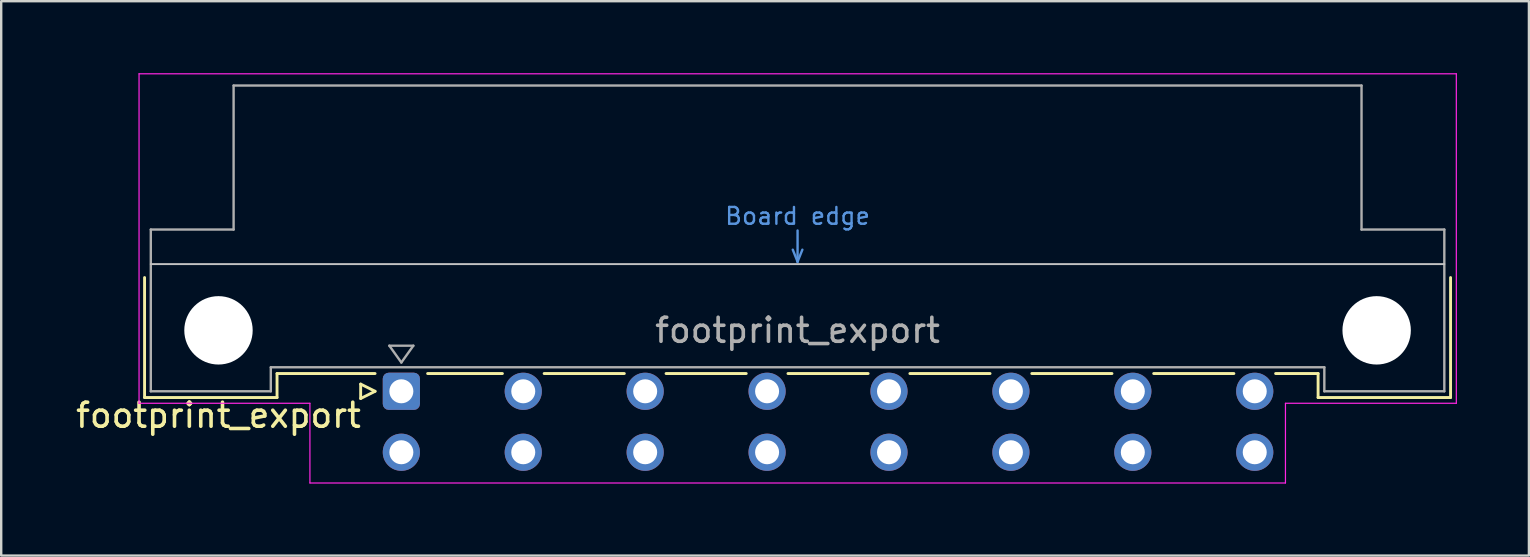
<source format=kicad_pcb>
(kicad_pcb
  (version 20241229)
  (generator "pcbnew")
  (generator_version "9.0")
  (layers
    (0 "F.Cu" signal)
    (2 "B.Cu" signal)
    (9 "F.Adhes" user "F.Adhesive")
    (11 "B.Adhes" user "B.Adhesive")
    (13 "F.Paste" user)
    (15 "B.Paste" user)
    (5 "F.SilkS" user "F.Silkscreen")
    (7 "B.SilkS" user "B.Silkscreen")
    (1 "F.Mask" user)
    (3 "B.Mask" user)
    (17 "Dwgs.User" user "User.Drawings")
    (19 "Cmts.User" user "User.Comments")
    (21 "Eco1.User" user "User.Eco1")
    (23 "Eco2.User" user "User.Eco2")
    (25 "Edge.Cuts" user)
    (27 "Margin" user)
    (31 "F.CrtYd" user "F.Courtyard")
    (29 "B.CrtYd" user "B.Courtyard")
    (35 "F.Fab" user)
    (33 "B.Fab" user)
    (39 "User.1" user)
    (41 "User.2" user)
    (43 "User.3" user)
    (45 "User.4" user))
  (footprint "footprint_export"
    (layer "F.Cu")
    (at 11.134 13.255)
    (property "Reference" "footprint_export" (at -5.08 1 0) (layer "F.SilkS") (effects (font (size 1 1) (thickness 0.15))))
    (attr through_hole)
    (fp_line (start -8.16 -4.74) (end -8.16 0.26) (stroke (width 0.12) (type solid)) (layer "F.SilkS"))
    (fp_line (start -8.16 0.26) (end -2.64 0.26) (stroke (width 0.12) (type solid)) (layer "F.SilkS"))
    (fp_line (start -2.64 -0.74) (end 1.445 -0.74) (stroke (width 0.12) (type solid)) (layer "F.SilkS"))
    (fp_line (start -2.64 0.26) (end -2.64 -0.74) (stroke (width 0.12) (type solid)) (layer "F.SilkS"))
    (fp_line (start 0.845 -0.3) (end 0.845 0.3) (stroke (width 0.12) (type solid)) (layer "F.SilkS"))
    (fp_line (start 0.845 0.3) (end 1.445 0) (stroke (width 0.12) (type solid)) (layer "F.SilkS"))
    (fp_line (start 1.445 0) (end 0.845 -0.3) (stroke (width 0.12) (type solid)) (layer "F.SilkS"))
    (fp_line (start 3.635 -0.74) (end 6.751 -0.74) (stroke (width 0.12) (type solid)) (layer "F.SilkS"))
    (fp_line (start 8.49 -0.74) (end 11.831 -0.74) (stroke (width 0.12) (type solid)) (layer "F.SilkS"))
    (fp_line (start 13.57 -0.74) (end 16.911 -0.74) (stroke (width 0.12) (type solid)) (layer "F.SilkS"))
    (fp_line (start 18.65 -0.74) (end 21.991 -0.74) (stroke (width 0.12) (type solid)) (layer "F.SilkS"))
    (fp_line (start 23.73 -0.74) (end 27.071 -0.74) (stroke (width 0.12) (type solid)) (layer "F.SilkS"))
    (fp_line (start 28.81 -0.74) (end 32.151 -0.74) (stroke (width 0.12) (type solid)) (layer "F.SilkS"))
    (fp_line (start 33.89 -0.74) (end 37.231 -0.74) (stroke (width 0.12) (type solid)) (layer "F.SilkS"))
    (fp_line (start 38.97 -0.74) (end 40.74 -0.74) (stroke (width 0.12) (type solid)) (layer "F.SilkS"))
    (fp_line (start 40.74 0.26) (end 40.74 -0.74) (stroke (width 0.12) (type solid)) (layer "F.SilkS"))
    (fp_line (start 46.26 -4.74) (end 46.26 0.26) (stroke (width 0.12) (type solid)) (layer "F.SilkS"))
    (fp_line (start 46.26 0.26) (end 40.74 0.26) (stroke (width 0.12) (type solid)) (layer "F.SilkS"))
    (fp_line (start -7.9 -5.3) (end 46 -5.3) (stroke (width 0.08) (type solid)) (layer "Dwgs.User"))
    (fp_line (start 18.85 -5.9) (end 19.05 -5.4) (stroke (width 0.1) (type solid)) (layer "Cmts.User"))
    (fp_line (start 19.05 -5.4) (end 19.05 -6.7) (stroke (width 0.1) (type solid)) (layer "Cmts.User"))
    (fp_line (start 19.05 -5.4) (end 19.25 -5.9) (stroke (width 0.1) (type solid)) (layer "Cmts.User"))
    (fp_line (start -8.39 -13.23) (end -8.39 0.5) (stroke (width 0.05) (type solid)) (layer "F.CrtYd"))
    (fp_line (start -8.39 0.5) (end -1.27 0.5) (stroke (width 0.05) (type solid)) (layer "F.CrtYd"))
    (fp_line (start -1.27 0.5) (end -1.27 3.82) (stroke (width 0.05) (type solid)) (layer "F.CrtYd"))
    (fp_line (start -1.27 3.82) (end 39.38 3.82) (stroke (width 0.05) (type solid)) (layer "F.CrtYd"))
    (fp_line (start 39.38 0.5) (end 46.5 0.5) (stroke (width 0.05) (type solid)) (layer "F.CrtYd"))
    (fp_line (start 39.38 3.82) (end 39.38 0.5) (stroke (width 0.05) (type solid)) (layer "F.CrtYd"))
    (fp_line (start 46.5 -13.23) (end -8.39 -13.23) (stroke (width 0.05) (type solid)) (layer "F.CrtYd"))
    (fp_line (start 46.5 0.5) (end 46.5 -13.23) (stroke (width 0.05) (type solid)) (layer "F.CrtYd"))
    (fp_line (start -7.9 -6.74) (end -7.9 0) (stroke (width 0.1) (type solid)) (layer "F.Fab"))
    (fp_line (start -7.9 0) (end -2.9 0) (stroke (width 0.1) (type solid)) (layer "F.Fab"))
    (fp_line (start -4.45 -12.74) (end -4.45 -6.74) (stroke (width 0.1) (type solid)) (layer "F.Fab"))
    (fp_line (start -4.45 -6.74) (end -7.9 -6.74) (stroke (width 0.1) (type solid)) (layer "F.Fab"))
    (fp_line (start -2.9 -1) (end 41 -1) (stroke (width 0.1) (type solid)) (layer "F.Fab"))
    (fp_line (start -2.9 0) (end -2.9 -1) (stroke (width 0.1) (type solid)) (layer "F.Fab"))
    (fp_line (start 2.04 -1.9) (end 3.04 -1.9) (stroke (width 0.1) (type solid)) (layer "F.Fab"))
    (fp_line (start 2.54 -1.2) (end 2.04 -1.9) (stroke (width 0.1) (type solid)) (layer "F.Fab"))
    (fp_line (start 3.04 -1.9) (end 2.54 -1.2) (stroke (width 0.1) (type solid)) (layer "F.Fab"))
    (fp_line (start 41 -1) (end 41 0) (stroke (width 0.1) (type solid)) (layer "F.Fab"))
    (fp_line (start 41 0) (end 46 0) (stroke (width 0.1) (type solid)) (layer "F.Fab"))
    (fp_line (start 42.55 -12.74) (end -4.45 -12.74) (stroke (width 0.1) (type solid)) (layer "F.Fab"))
    (fp_line (start 42.55 -6.74) (end 42.55 -12.74) (stroke (width 0.1) (type solid)) (layer "F.Fab"))
    (fp_line (start 46 -6.74) (end 42.55 -6.74) (stroke (width 0.1) (type solid)) (layer "F.Fab"))
    (fp_line (start 46 0) (end 46 -6.74) (stroke (width 0.1) (type solid)) (layer "F.Fab"))
    (fp_text user "Board edge" (at 19.05 -7.3 0) (layer "Cmts.User") (effects (font (size 0.7 0.7) (thickness 0.1))))
    (fp_text user "${REFERENCE}" (at 19.05 -2.54 0) (layer "F.Fab") (effects (font (size 1 1) (thickness 0.15))))
    (pad "" np_thru_hole circle (at -5.08 -2.54) (size 2.85 2.85) (drill 2.85) (layers "*.Cu" "*.Mask"))
    (pad "" np_thru_hole circle (at 43.18 -2.54) (size 2.85 2.85) (drill 2.85) (layers "*.Cu" "*.Mask"))
    (pad "a2" thru_hole roundrect (at 2.54 0) (size 1.55 1.55) (drill 1) (layers "*.Cu" "*.Mask") (roundrect_rratio 0.161))
    (pad "a4" thru_hole circle (at 7.62 0) (size 1.55 1.55) (drill 1) (layers "*.Cu" "*.Mask"))
    (pad "a6" thru_hole circle (at 12.7 0) (size 1.55 1.55) (drill 1) (layers "*.Cu" "*.Mask"))
    (pad "a8" thru_hole circle (at 17.78 0) (size 1.55 1.55) (drill 1) (layers "*.Cu" "*.Mask"))
    (pad "a10" thru_hole circle (at 22.86 0) (size 1.55 1.55) (drill 1) (layers "*.Cu" "*.Mask"))
    (pad "a12" thru_hole circle (at 27.94 0) (size 1.55 1.55) (drill 1) (layers "*.Cu" "*.Mask"))
    (pad "a14" thru_hole circle (at 33.02 0) (size 1.55 1.55) (drill 1) (layers "*.Cu" "*.Mask"))
    (pad "a16" thru_hole circle (at 38.1 0) (size 1.55 1.55) (drill 1) (layers "*.Cu" "*.Mask"))
    (pad "b2" thru_hole circle (at 2.54 2.54) (size 1.55 1.55) (drill 1) (layers "*.Cu" "*.Mask"))
    (pad "b4" thru_hole circle (at 7.62 2.54) (size 1.55 1.55) (drill 1) (layers "*.Cu" "*.Mask"))
    (pad "b6" thru_hole circle (at 12.7 2.54) (size 1.55 1.55) (drill 1) (layers "*.Cu" "*.Mask"))
    (pad "b8" thru_hole circle (at 17.78 2.54) (size 1.55 1.55) (drill 1) (layers "*.Cu" "*.Mask"))
    (pad "b10" thru_hole circle (at 22.86 2.54) (size 1.55 1.55) (drill 1) (layers "*.Cu" "*.Mask"))
    (pad "b12" thru_hole circle (at 27.94 2.54) (size 1.55 1.55) (drill 1) (layers "*.Cu" "*.Mask"))
    (pad "b14" thru_hole circle (at 33.02 2.54) (size 1.55 1.55) (drill 1) (layers "*.Cu" "*.Mask"))
    (pad "b16" thru_hole circle (at 38.1 2.54) (size 1.55 1.55) (drill 1) (layers "*.Cu" "*.Mask")))
  (gr_rect
    (start -3 -3)
    (end 60.659 20.1)
    (stroke (width 0.1) (type default))
    (fill no)
    (layer "Edge.Cuts")))
</source>
